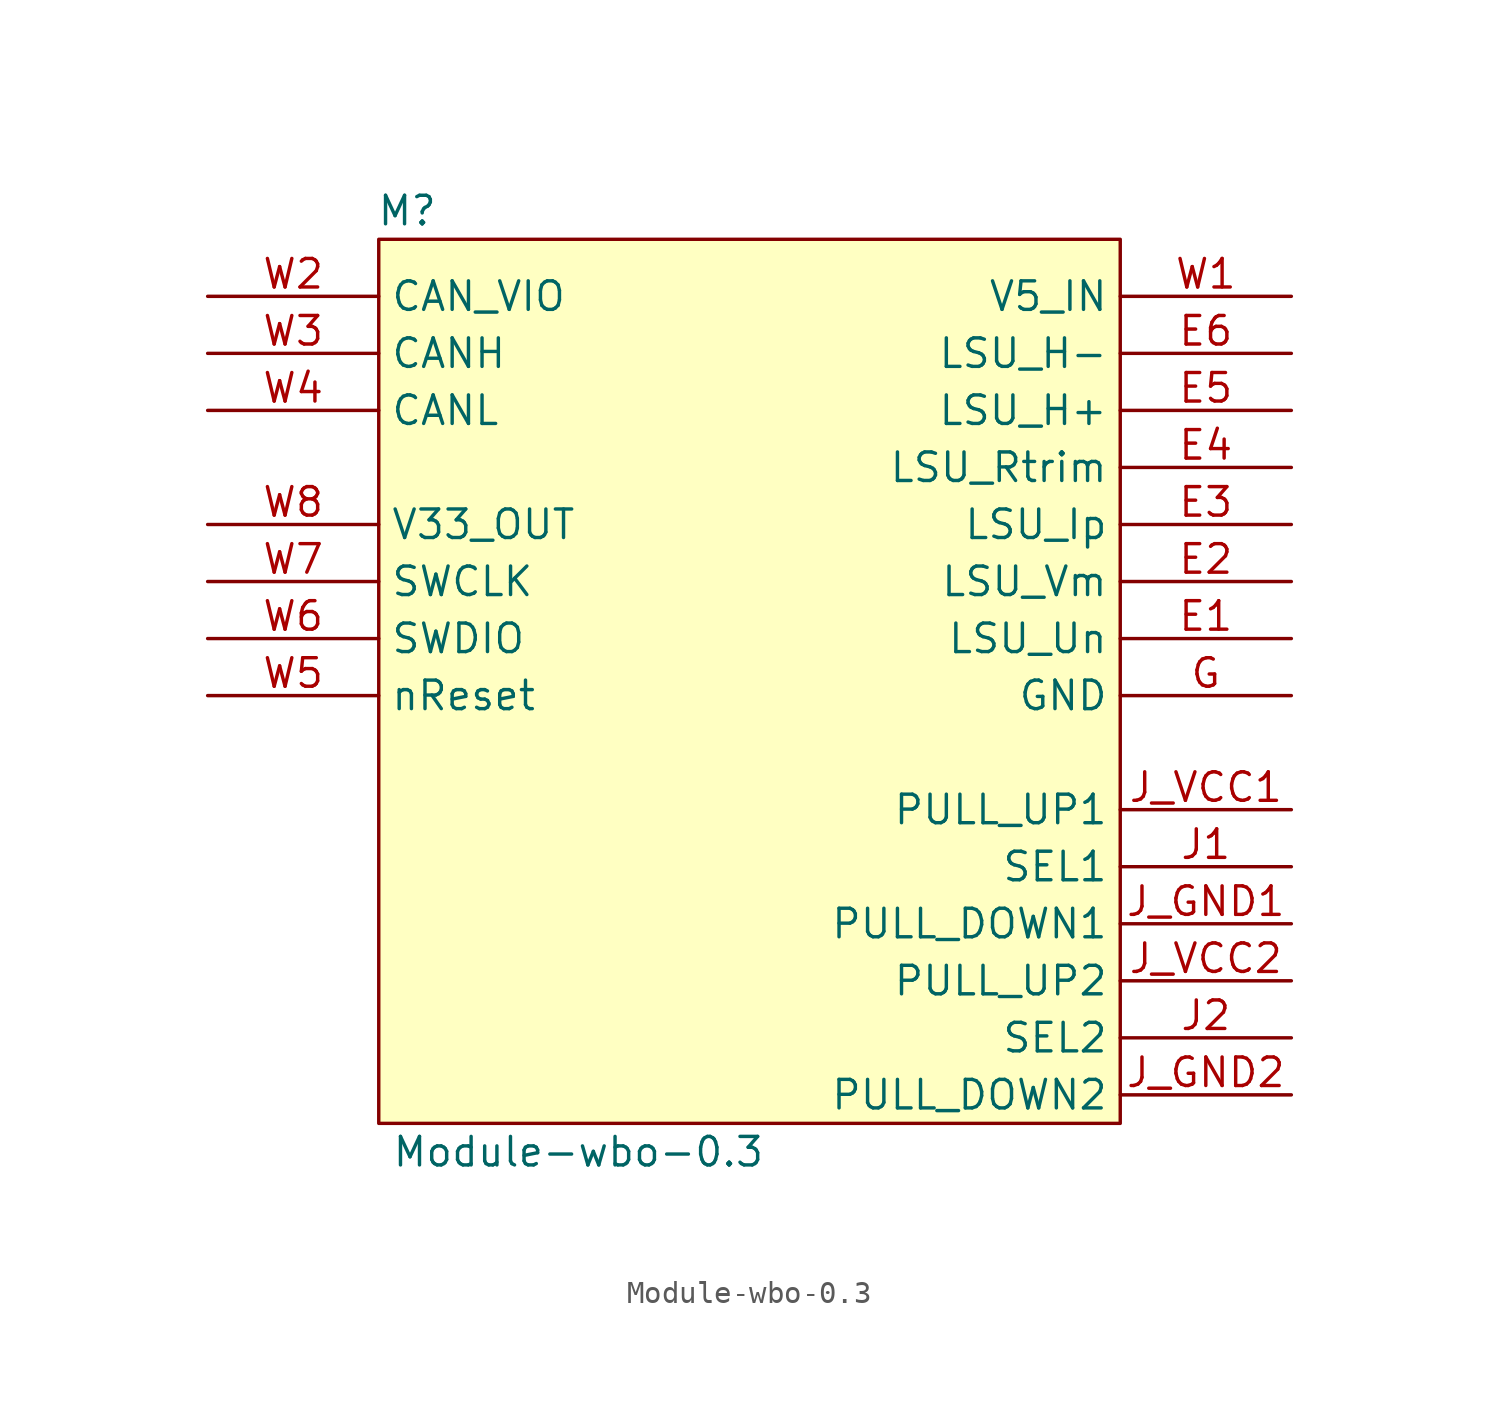
<source format=kicad_sym>
(kicad_symbol_lib
  (version 20211014)
  (generator kicad_symbol_editor)
  (symbol "Module-wbo-0.3"
    (property "Reference" "M"
      (at 1.27 1.27 0)
      (effects (font (size 1.27 1.27))))
    (property "Value" "Module-wbo-0.3"
      (at 8.89 -40.64 0)
      (effects (font (size 1.27 1.27))))
    (symbol "Module-wbo-0.3_1_0"
      (rectangle (start 0 0) (end 33.02 -39.37) (stroke (width 0) (type default) (color 0 0 0 0)) (fill (type background)))
      (pin passive line (at 40.64 -17.78 180) (length 7.62) (name "LSU_Un" (effects (font (size 1.27 1.27)))) (number "E1" (effects (font (size 1.27 1.27)))))
      (pin passive line (at 40.64 -15.24 180) (length 7.62) (name "LSU_Vm" (effects (font (size 1.27 1.27)))) (number "E2" (effects (font (size 1.27 1.27)))))
      (pin passive line (at 40.64 -12.7 180) (length 7.62) (name "LSU_Ip" (effects (font (size 1.27 1.27)))) (number "E3" (effects (font (size 1.27 1.27)))))
      (pin passive line (at 40.64 -10.16 180) (length 7.62) (name "LSU_Rtrim" (effects (font (size 1.27 1.27)))) (number "E4" (effects (font (size 1.27 1.27)))))
      (pin passive line (at 40.64 -7.62 180) (length 7.62) (name "LSU_H+" (effects (font (size 1.27 1.27)))) (number "E5" (effects (font (size 1.27 1.27)))))
      (pin passive line (at 40.64 -5.08 180) (length 7.62) (name "LSU_H-" (effects (font (size 1.27 1.27)))) (number "E6" (effects (font (size 1.27 1.27)))))
      (pin passive line (at 40.64 -20.32 180) (length 7.62) (name "GND" (effects (font (size 1.27 1.27)))) (number "G" (effects (font (size 1.27 1.27)))))
      (pin passive line (at 40.64 -27.94 180) (length 7.62) (name "SEL1" (effects (font (size 1.27 1.27)))) (number "J1" (effects (font (size 1.27 1.27)))))
      (pin passive line (at 40.64 -35.56 180) (length 7.62) (name "SEL2" (effects (font (size 1.27 1.27)))) (number "J2" (effects (font (size 1.27 1.27)))))
      (pin passive line (at 40.64 -30.48 180) (length 7.62) (name "PULL_DOWN1" (effects (font (size 1.27 1.27)))) (number "J_GND1" (effects (font (size 1.27 1.27)))))
      (pin passive line (at 40.64 -38.1 180) (length 7.62) (name "PULL_DOWN2" (effects (font (size 1.27 1.27)))) (number "J_GND2" (effects (font (size 1.27 1.27)))))
      (pin passive line (at 40.64 -25.4 180) (length 7.62) (name "PULL_UP1" (effects (font (size 1.27 1.27)))) (number "J_VCC1" (effects (font (size 1.27 1.27)))))
      (pin passive line (at 40.64 -33.02 180) (length 7.62) (name "PULL_UP2" (effects (font (size 1.27 1.27)))) (number "J_VCC2" (effects (font (size 1.27 1.27)))))
      (pin passive line (at 40.64 -2.54 180) (length 7.62) (name "V5_IN" (effects (font (size 1.27 1.27)))) (number "W1" (effects (font (size 1.27 1.27)))))
      (pin passive line (at -7.62 -2.54 0) (length 7.62) (name "CAN_VIO" (effects (font (size 1.27 1.27)))) (number "W2" (effects (font (size 1.27 1.27)))))
      (pin passive line (at -7.62 -5.08 0) (length 7.62) (name "CANH" (effects (font (size 1.27 1.27)))) (number "W3" (effects (font (size 1.27 1.27)))))
      (pin passive line (at -7.62 -7.62 0) (length 7.62) (name "CANL" (effects (font (size 1.27 1.27)))) (number "W4" (effects (font (size 1.27 1.27)))))
      (pin passive line (at -7.62 -20.32 0) (length 7.62) (name "nReset" (effects (font (size 1.27 1.27)))) (number "W5" (effects (font (size 1.27 1.27)))))
      (pin passive line (at -7.62 -17.78 0) (length 7.62) (name "SWDIO" (effects (font (size 1.27 1.27)))) (number "W6" (effects (font (size 1.27 1.27)))))
      (pin passive line (at -7.62 -15.24 0) (length 7.62) (name "SWCLK" (effects (font (size 1.27 1.27)))) (number "W7" (effects (font (size 1.27 1.27)))))
      (pin passive line (at -7.62 -12.7 0) (length 7.62) (name "V33_OUT" (effects (font (size 1.27 1.27)))) (number "W8" (effects (font (size 1.27 1.27))))))))
</source>
